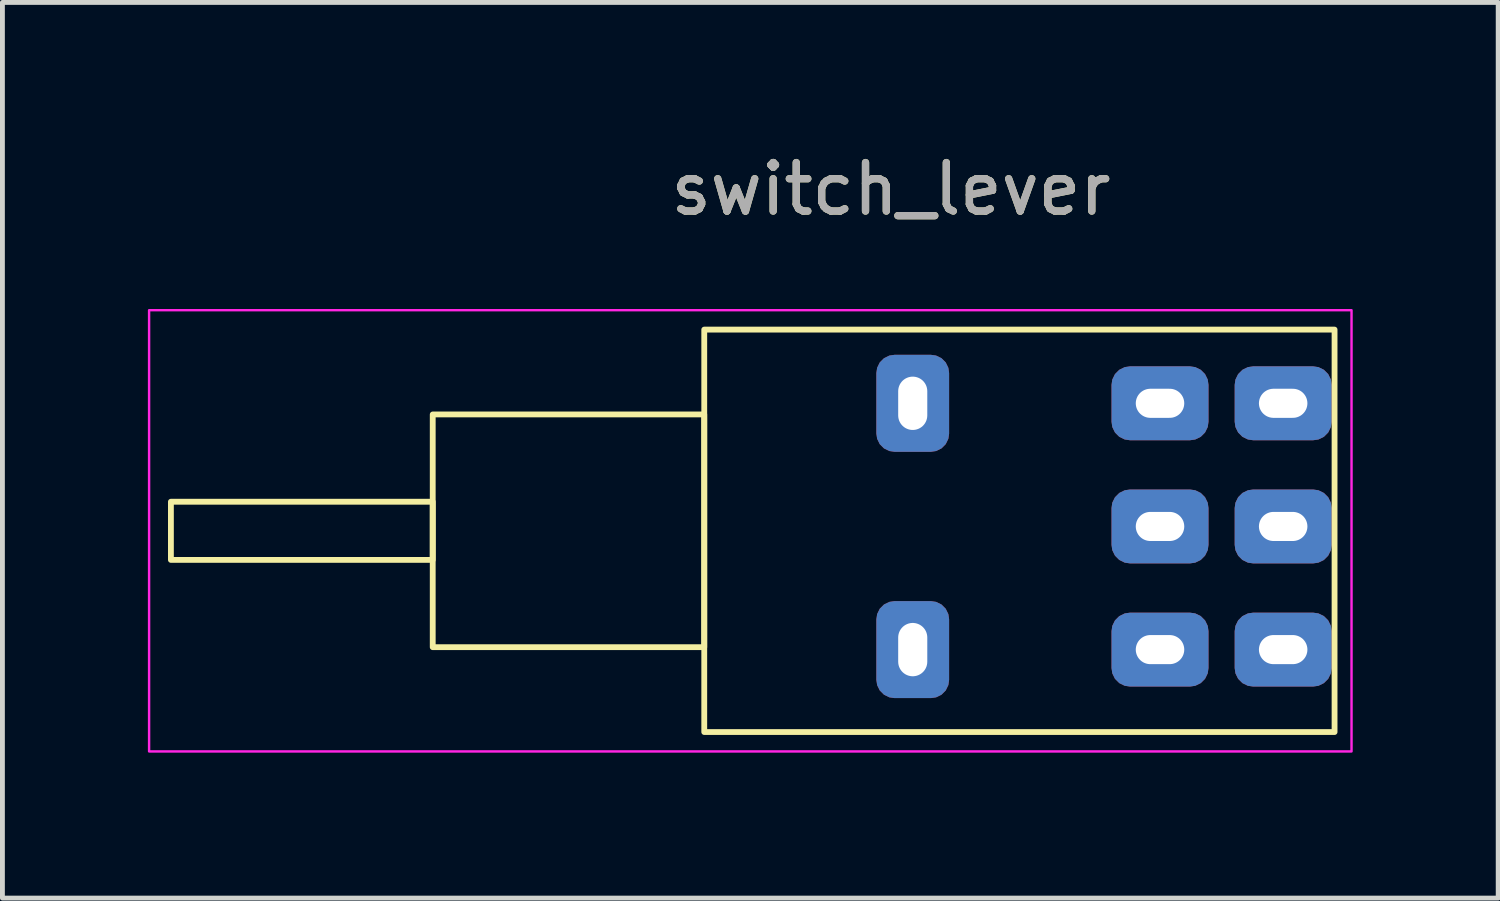
<source format=kicad_pcb>
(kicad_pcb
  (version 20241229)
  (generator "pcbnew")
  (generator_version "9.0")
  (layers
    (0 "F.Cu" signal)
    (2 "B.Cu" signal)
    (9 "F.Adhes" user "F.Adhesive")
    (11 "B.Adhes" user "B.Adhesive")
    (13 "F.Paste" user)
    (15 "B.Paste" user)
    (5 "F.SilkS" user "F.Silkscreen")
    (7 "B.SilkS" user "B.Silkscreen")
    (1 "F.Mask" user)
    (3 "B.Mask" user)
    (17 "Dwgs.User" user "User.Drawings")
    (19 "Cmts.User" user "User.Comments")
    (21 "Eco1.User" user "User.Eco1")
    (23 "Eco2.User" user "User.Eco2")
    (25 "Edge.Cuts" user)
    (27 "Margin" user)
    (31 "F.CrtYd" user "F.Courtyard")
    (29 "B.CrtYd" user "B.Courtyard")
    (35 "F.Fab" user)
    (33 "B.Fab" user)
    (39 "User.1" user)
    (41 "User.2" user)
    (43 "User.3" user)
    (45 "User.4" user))
  (footprint "switch_lever"
    (layer "F.Cu")
    (at 17.975 7.898)
    (property "Reference" "switch_lever" (at -2.65 -7.05 0) (unlocked yes) (layer "F.SilkS") (effects (font (size 1 1) (thickness 0.15))))
    (attr through_hole)
    (fp_rect (start -12.1 -0.6) (end -17.5 0.6) (stroke (width 0.12) (type solid)) (fill no) (layer "F.SilkS"))
    (fp_rect (start -6.5 -2.4) (end -12.1 2.4) (stroke (width 0.12) (type solid)) (fill no) (layer "F.SilkS"))
    (fp_rect (start 6.5 -4.15) (end -6.5 4.15) (stroke (width 0.12) (type solid)) (fill no) (layer "F.SilkS"))
    (fp_rect (start 6.85 -4.55) (end -17.95 4.55) (stroke (width 0.05) (type solid)) (fill no) (layer "F.CrtYd"))
    (fp_text user "${REFERENCE}" (at -2.65 -7.05 0) (unlocked yes) (layer "F.Fab") (effects (font (size 1 1) (thickness 0.15))))
    (pad "" thru_hole roundrect (at -2.2 -2.63) (size 1.5 2) (drill oval 0.6 1.1) (layers "*.Cu" "*.Mask") (roundrect_rratio 0.25))
    (pad "" thru_hole roundrect (at -2.2 2.45) (size 1.5 2) (drill oval 0.6 1.1) (layers "*.Cu" "*.Mask") (roundrect_rratio 0.25))
    (pad "1" thru_hole roundrect (at 2.9 2.45) (size 2 1.524) (drill oval 1 0.6) (layers "*.Cu" "*.Mask") (roundrect_rratio 0.25))
    (pad "1" thru_hole roundrect (at 5.44 2.45) (size 2 1.524) (drill oval 1 0.6) (layers "*.Cu" "*.Mask") (roundrect_rratio 0.25))
    (pad "2" thru_hole roundrect (at 2.9 -0.09) (size 2 1.524) (drill oval 1 0.6) (layers "*.Cu" "*.Mask") (roundrect_rratio 0.25))
    (pad "2" thru_hole roundrect (at 5.44 -0.09) (size 2 1.524) (drill oval 1 0.6) (layers "*.Cu" "*.Mask") (roundrect_rratio 0.25))
    (pad "3" thru_hole roundrect (at 2.9 -2.63) (size 2 1.524) (drill oval 1 0.6) (layers "*.Cu" "*.Mask") (roundrect_rratio 0.25))
    (pad "3" thru_hole roundrect (at 5.44 -2.63) (size 2 1.524) (drill oval 1 0.6) (layers "*.Cu" "*.Mask") (roundrect_rratio 0.25)))
  (gr_rect
    (start -3 -3)
    (end 27.85 15.473)
    (stroke (width 0.1) (type default))
    (fill no)
    (layer "Edge.Cuts")))
</source>
